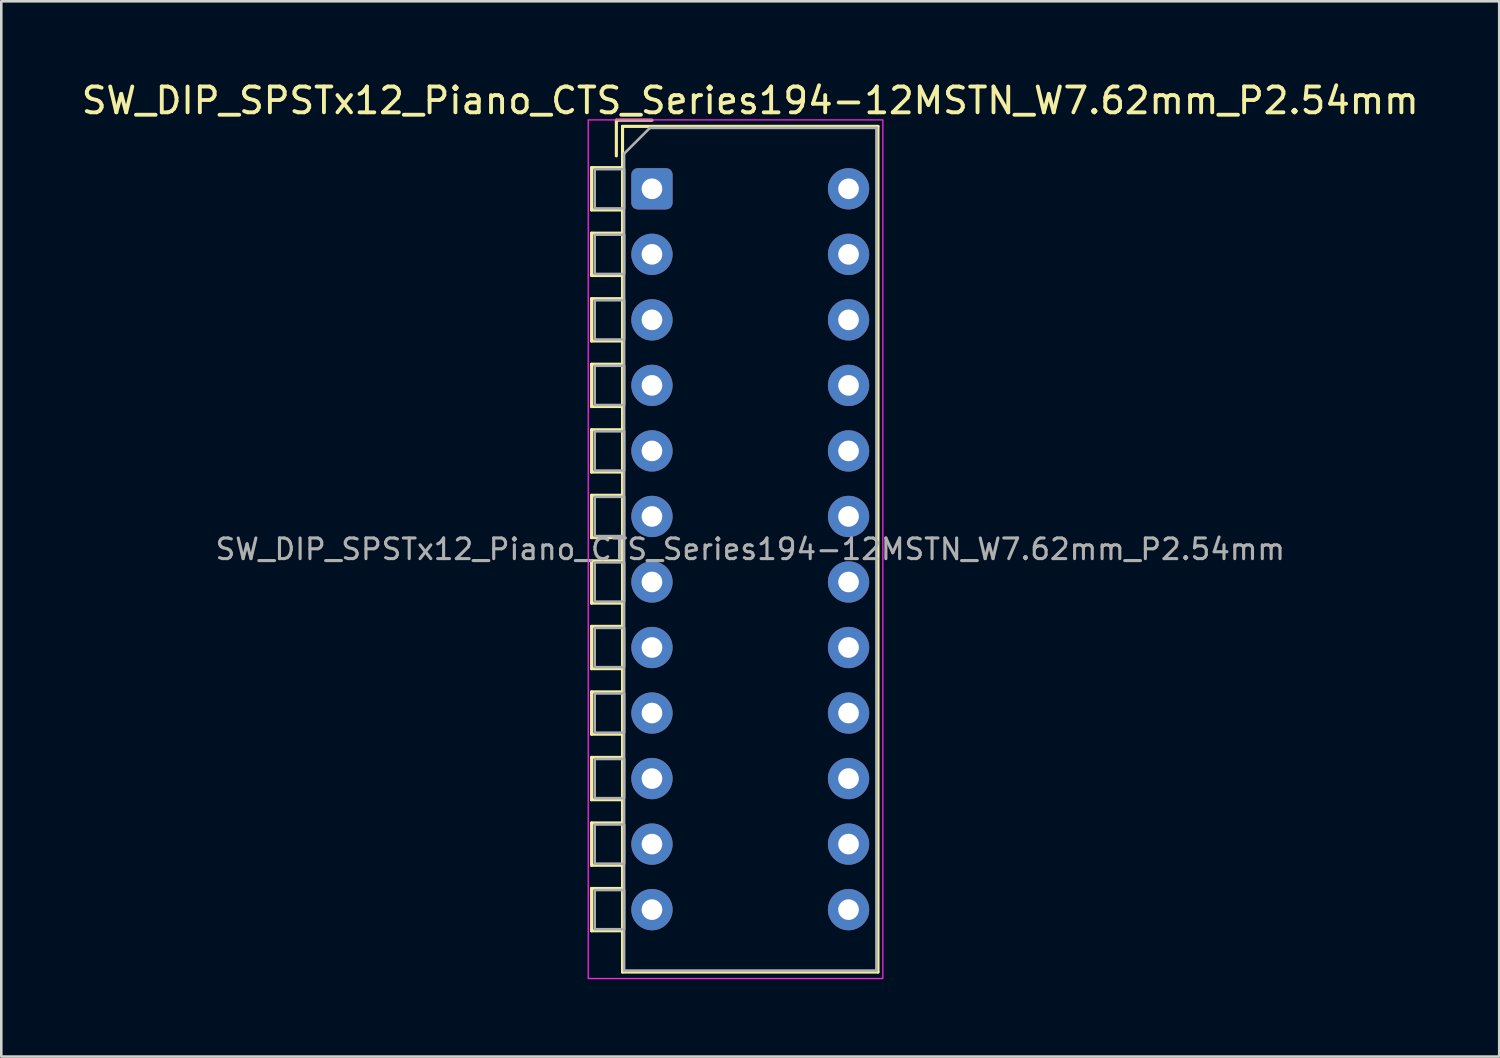
<source format=kicad_pcb>
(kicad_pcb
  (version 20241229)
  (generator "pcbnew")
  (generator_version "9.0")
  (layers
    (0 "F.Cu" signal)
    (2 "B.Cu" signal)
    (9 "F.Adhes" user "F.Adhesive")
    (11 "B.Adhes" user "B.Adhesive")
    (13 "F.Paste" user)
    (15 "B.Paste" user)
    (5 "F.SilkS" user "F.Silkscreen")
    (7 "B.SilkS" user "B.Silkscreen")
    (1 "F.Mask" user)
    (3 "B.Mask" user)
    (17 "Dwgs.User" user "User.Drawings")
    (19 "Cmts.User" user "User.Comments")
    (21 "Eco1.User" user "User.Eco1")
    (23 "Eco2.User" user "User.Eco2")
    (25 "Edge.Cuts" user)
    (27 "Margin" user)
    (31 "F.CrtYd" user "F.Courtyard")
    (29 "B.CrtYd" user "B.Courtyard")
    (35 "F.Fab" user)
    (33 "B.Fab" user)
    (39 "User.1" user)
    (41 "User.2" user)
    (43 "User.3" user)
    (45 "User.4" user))
  (footprint "SW_DIP_SPSTx12_Piano_CTS_Series194-12MSTN_W7.62mm_P2.54mm"
    (layer "F.Cu")
    (at 22.22 4.268)
    (property "Reference" "SW_DIP_SPSTx12_Piano_CTS_Series194-12MSTN_W7.62mm_P2.54mm" (at 3.81 -3.42 0) (layer "F.SilkS") (effects (font (size 1 1) (thickness 0.15))))
    (attr through_hole)
    (fp_line (start -2.34 -0.82) (end -1.14 -0.82) (stroke (width 0.12) (type solid)) (layer "F.SilkS"))
    (fp_line (start -2.34 0.82) (end -2.34 -0.82) (stroke (width 0.12) (type solid)) (layer "F.SilkS"))
    (fp_line (start -2.34 1.72) (end -1.14 1.72) (stroke (width 0.12) (type solid)) (layer "F.SilkS"))
    (fp_line (start -2.34 3.36) (end -2.34 1.72) (stroke (width 0.12) (type solid)) (layer "F.SilkS"))
    (fp_line (start -2.34 4.26) (end -1.14 4.26) (stroke (width 0.12) (type solid)) (layer "F.SilkS"))
    (fp_line (start -2.34 5.9) (end -2.34 4.26) (stroke (width 0.12) (type solid)) (layer "F.SilkS"))
    (fp_line (start -2.34 6.8) (end -1.14 6.8) (stroke (width 0.12) (type solid)) (layer "F.SilkS"))
    (fp_line (start -2.34 8.44) (end -2.34 6.8) (stroke (width 0.12) (type solid)) (layer "F.SilkS"))
    (fp_line (start -2.34 9.34) (end -1.14 9.34) (stroke (width 0.12) (type solid)) (layer "F.SilkS"))
    (fp_line (start -2.34 10.98) (end -2.34 9.34) (stroke (width 0.12) (type solid)) (layer "F.SilkS"))
    (fp_line (start -2.34 11.88) (end -1.14 11.88) (stroke (width 0.12) (type solid)) (layer "F.SilkS"))
    (fp_line (start -2.34 13.52) (end -2.34 11.88) (stroke (width 0.12) (type solid)) (layer "F.SilkS"))
    (fp_line (start -2.34 14.42) (end -1.14 14.42) (stroke (width 0.12) (type solid)) (layer "F.SilkS"))
    (fp_line (start -2.34 16.06) (end -2.34 14.42) (stroke (width 0.12) (type solid)) (layer "F.SilkS"))
    (fp_line (start -2.34 16.96) (end -1.14 16.96) (stroke (width 0.12) (type solid)) (layer "F.SilkS"))
    (fp_line (start -2.34 18.6) (end -2.34 16.96) (stroke (width 0.12) (type solid)) (layer "F.SilkS"))
    (fp_line (start -2.34 19.5) (end -1.14 19.5) (stroke (width 0.12) (type solid)) (layer "F.SilkS"))
    (fp_line (start -2.34 21.14) (end -2.34 19.5) (stroke (width 0.12) (type solid)) (layer "F.SilkS"))
    (fp_line (start -2.34 22.04) (end -1.14 22.04) (stroke (width 0.12) (type solid)) (layer "F.SilkS"))
    (fp_line (start -2.34 23.68) (end -2.34 22.04) (stroke (width 0.12) (type solid)) (layer "F.SilkS"))
    (fp_line (start -2.34 24.58) (end -1.14 24.58) (stroke (width 0.12) (type solid)) (layer "F.SilkS"))
    (fp_line (start -2.34 26.22) (end -2.34 24.58) (stroke (width 0.12) (type solid)) (layer "F.SilkS"))
    (fp_line (start -2.34 27.12) (end -1.14 27.12) (stroke (width 0.12) (type solid)) (layer "F.SilkS"))
    (fp_line (start -2.34 28.76) (end -2.34 27.12) (stroke (width 0.12) (type solid)) (layer "F.SilkS"))
    (fp_line (start -1.38 -2.66) (end -1.38 -1.277) (stroke (width 0.12) (type solid)) (layer "F.SilkS"))
    (fp_line (start -1.38 -2.66) (end 0.003 -2.66) (stroke (width 0.12) (type solid)) (layer "F.SilkS"))
    (fp_line (start -1.14 -2.42) (end -1.14 30.36) (stroke (width 0.12) (type solid)) (layer "F.SilkS"))
    (fp_line (start -1.14 -2.42) (end 8.76 -2.42) (stroke (width 0.12) (type solid)) (layer "F.SilkS"))
    (fp_line (start -1.14 -0.82) (end -1.14 0.82) (stroke (width 0.12) (type solid)) (layer "F.SilkS"))
    (fp_line (start -1.14 0.82) (end -2.34 0.82) (stroke (width 0.12) (type solid)) (layer "F.SilkS"))
    (fp_line (start -1.14 1.72) (end -1.14 3.36) (stroke (width 0.12) (type solid)) (layer "F.SilkS"))
    (fp_line (start -1.14 3.36) (end -2.34 3.36) (stroke (width 0.12) (type solid)) (layer "F.SilkS"))
    (fp_line (start -1.14 4.26) (end -1.14 5.9) (stroke (width 0.12) (type solid)) (layer "F.SilkS"))
    (fp_line (start -1.14 5.9) (end -2.34 5.9) (stroke (width 0.12) (type solid)) (layer "F.SilkS"))
    (fp_line (start -1.14 6.8) (end -1.14 8.44) (stroke (width 0.12) (type solid)) (layer "F.SilkS"))
    (fp_line (start -1.14 8.44) (end -2.34 8.44) (stroke (width 0.12) (type solid)) (layer "F.SilkS"))
    (fp_line (start -1.14 9.34) (end -1.14 10.98) (stroke (width 0.12) (type solid)) (layer "F.SilkS"))
    (fp_line (start -1.14 10.98) (end -2.34 10.98) (stroke (width 0.12) (type solid)) (layer "F.SilkS"))
    (fp_line (start -1.14 11.88) (end -1.14 13.52) (stroke (width 0.12) (type solid)) (layer "F.SilkS"))
    (fp_line (start -1.14 13.52) (end -2.34 13.52) (stroke (width 0.12) (type solid)) (layer "F.SilkS"))
    (fp_line (start -1.14 14.42) (end -1.14 16.06) (stroke (width 0.12) (type solid)) (layer "F.SilkS"))
    (fp_line (start -1.14 16.06) (end -2.34 16.06) (stroke (width 0.12) (type solid)) (layer "F.SilkS"))
    (fp_line (start -1.14 16.96) (end -1.14 18.6) (stroke (width 0.12) (type solid)) (layer "F.SilkS"))
    (fp_line (start -1.14 18.6) (end -2.34 18.6) (stroke (width 0.12) (type solid)) (layer "F.SilkS"))
    (fp_line (start -1.14 19.5) (end -1.14 21.14) (stroke (width 0.12) (type solid)) (layer "F.SilkS"))
    (fp_line (start -1.14 21.14) (end -2.34 21.14) (stroke (width 0.12) (type solid)) (layer "F.SilkS"))
    (fp_line (start -1.14 22.04) (end -1.14 23.68) (stroke (width 0.12) (type solid)) (layer "F.SilkS"))
    (fp_line (start -1.14 23.68) (end -2.34 23.68) (stroke (width 0.12) (type solid)) (layer "F.SilkS"))
    (fp_line (start -1.14 24.58) (end -1.14 26.22) (stroke (width 0.12) (type solid)) (layer "F.SilkS"))
    (fp_line (start -1.14 26.22) (end -2.34 26.22) (stroke (width 0.12) (type solid)) (layer "F.SilkS"))
    (fp_line (start -1.14 27.12) (end -1.14 28.76) (stroke (width 0.12) (type solid)) (layer "F.SilkS"))
    (fp_line (start -1.14 28.76) (end -2.34 28.76) (stroke (width 0.12) (type solid)) (layer "F.SilkS"))
    (fp_line (start -1.14 30.36) (end 8.76 30.36) (stroke (width 0.12) (type solid)) (layer "F.SilkS"))
    (fp_line (start 8.76 -2.42) (end 8.76 30.36) (stroke (width 0.12) (type solid)) (layer "F.SilkS"))
    (fp_rect (start -2.47 -2.67) (end 8.95 30.61) (stroke (width 0.05) (type solid)) (fill no) (layer "F.CrtYd"))
    (fp_line (start -1.08 -1.36) (end -0.08 -2.36) (stroke (width 0.1) (type solid)) (layer "F.Fab"))
    (fp_line (start -1.08 30.3) (end -1.08 -1.36) (stroke (width 0.1) (type solid)) (layer "F.Fab"))
    (fp_line (start -0.08 -2.36) (end 8.7 -2.36) (stroke (width 0.1) (type solid)) (layer "F.Fab"))
    (fp_line (start 8.7 -2.36) (end 8.7 30.3) (stroke (width 0.1) (type solid)) (layer "F.Fab"))
    (fp_line (start 8.7 30.3) (end -1.08 30.3) (stroke (width 0.1) (type solid)) (layer "F.Fab"))
    (fp_rect (start -2.22 -0.76) (end -1.08 0.76) (stroke (width 0.1) (type solid)) (fill no) (layer "F.Fab"))
    (fp_rect (start -2.22 1.78) (end -1.08 3.3) (stroke (width 0.1) (type solid)) (fill no) (layer "F.Fab"))
    (fp_rect (start -2.22 4.32) (end -1.08 5.84) (stroke (width 0.1) (type solid)) (fill no) (layer "F.Fab"))
    (fp_rect (start -2.22 6.86) (end -1.08 8.38) (stroke (width 0.1) (type solid)) (fill no) (layer "F.Fab"))
    (fp_rect (start -2.22 9.4) (end -1.08 10.92) (stroke (width 0.1) (type solid)) (fill no) (layer "F.Fab"))
    (fp_rect (start -2.22 11.94) (end -1.08 13.46) (stroke (width 0.1) (type solid)) (fill no) (layer "F.Fab"))
    (fp_rect (start -2.22 14.48) (end -1.08 16) (stroke (width 0.1) (type solid)) (fill no) (layer "F.Fab"))
    (fp_rect (start -2.22 17.02) (end -1.08 18.54) (stroke (width 0.1) (type solid)) (fill no) (layer "F.Fab"))
    (fp_rect (start -2.22 19.56) (end -1.08 21.08) (stroke (width 0.1) (type solid)) (fill no) (layer "F.Fab"))
    (fp_rect (start -2.22 22.1) (end -1.08 23.62) (stroke (width 0.1) (type solid)) (fill no) (layer "F.Fab"))
    (fp_rect (start -2.22 24.64) (end -1.08 26.16) (stroke (width 0.1) (type solid)) (fill no) (layer "F.Fab"))
    (fp_rect (start -2.22 27.18) (end -1.08 28.7) (stroke (width 0.1) (type solid)) (fill no) (layer "F.Fab"))
    (fp_text user "${REFERENCE}" (at 3.81 13.97 0) (layer "F.Fab") (effects (font (size 0.8 0.8) (thickness 0.12))))
    (pad "1" thru_hole roundrect (at 0 0) (size 1.6 1.6) (drill 0.8) (layers "*.Cu" "*.Mask") (roundrect_rratio 0.156))
    (pad "2" thru_hole circle (at 0 2.54) (size 1.6 1.6) (drill 0.8) (layers "*.Cu" "*.Mask"))
    (pad "3" thru_hole circle (at 0 5.08) (size 1.6 1.6) (drill 0.8) (layers "*.Cu" "*.Mask"))
    (pad "4" thru_hole circle (at 0 7.62) (size 1.6 1.6) (drill 0.8) (layers "*.Cu" "*.Mask"))
    (pad "5" thru_hole circle (at 0 10.16) (size 1.6 1.6) (drill 0.8) (layers "*.Cu" "*.Mask"))
    (pad "6" thru_hole circle (at 0 12.7) (size 1.6 1.6) (drill 0.8) (layers "*.Cu" "*.Mask"))
    (pad "7" thru_hole circle (at 0 15.24) (size 1.6 1.6) (drill 0.8) (layers "*.Cu" "*.Mask"))
    (pad "8" thru_hole circle (at 0 17.78) (size 1.6 1.6) (drill 0.8) (layers "*.Cu" "*.Mask"))
    (pad "9" thru_hole circle (at 0 20.32) (size 1.6 1.6) (drill 0.8) (layers "*.Cu" "*.Mask"))
    (pad "10" thru_hole circle (at 0 22.86) (size 1.6 1.6) (drill 0.8) (layers "*.Cu" "*.Mask"))
    (pad "11" thru_hole circle (at 0 25.4) (size 1.6 1.6) (drill 0.8) (layers "*.Cu" "*.Mask"))
    (pad "12" thru_hole circle (at 0 27.94) (size 1.6 1.6) (drill 0.8) (layers "*.Cu" "*.Mask"))
    (pad "13" thru_hole circle (at 7.62 27.94) (size 1.6 1.6) (drill 0.8) (layers "*.Cu" "*.Mask"))
    (pad "14" thru_hole circle (at 7.62 25.4) (size 1.6 1.6) (drill 0.8) (layers "*.Cu" "*.Mask"))
    (pad "15" thru_hole circle (at 7.62 22.86) (size 1.6 1.6) (drill 0.8) (layers "*.Cu" "*.Mask"))
    (pad "16" thru_hole circle (at 7.62 20.32) (size 1.6 1.6) (drill 0.8) (layers "*.Cu" "*.Mask"))
    (pad "17" thru_hole circle (at 7.62 17.78) (size 1.6 1.6) (drill 0.8) (layers "*.Cu" "*.Mask"))
    (pad "18" thru_hole circle (at 7.62 15.24) (size 1.6 1.6) (drill 0.8) (layers "*.Cu" "*.Mask"))
    (pad "19" thru_hole circle (at 7.62 12.7) (size 1.6 1.6) (drill 0.8) (layers "*.Cu" "*.Mask"))
    (pad "20" thru_hole circle (at 7.62 10.16) (size 1.6 1.6) (drill 0.8) (layers "*.Cu" "*.Mask"))
    (pad "21" thru_hole circle (at 7.62 7.62) (size 1.6 1.6) (drill 0.8) (layers "*.Cu" "*.Mask"))
    (pad "22" thru_hole circle (at 7.62 5.08) (size 1.6 1.6) (drill 0.8) (layers "*.Cu" "*.Mask"))
    (pad "23" thru_hole circle (at 7.62 2.54) (size 1.6 1.6) (drill 0.8) (layers "*.Cu" "*.Mask"))
    (pad "24" thru_hole circle (at 7.62 0) (size 1.6 1.6) (drill 0.8) (layers "*.Cu" "*.Mask")))
  (gr_rect
    (start -3 -3)
    (end 55.06 37.903)
    (stroke (width 0.1) (type default))
    (fill no)
    (layer "Edge.Cuts")))
</source>
